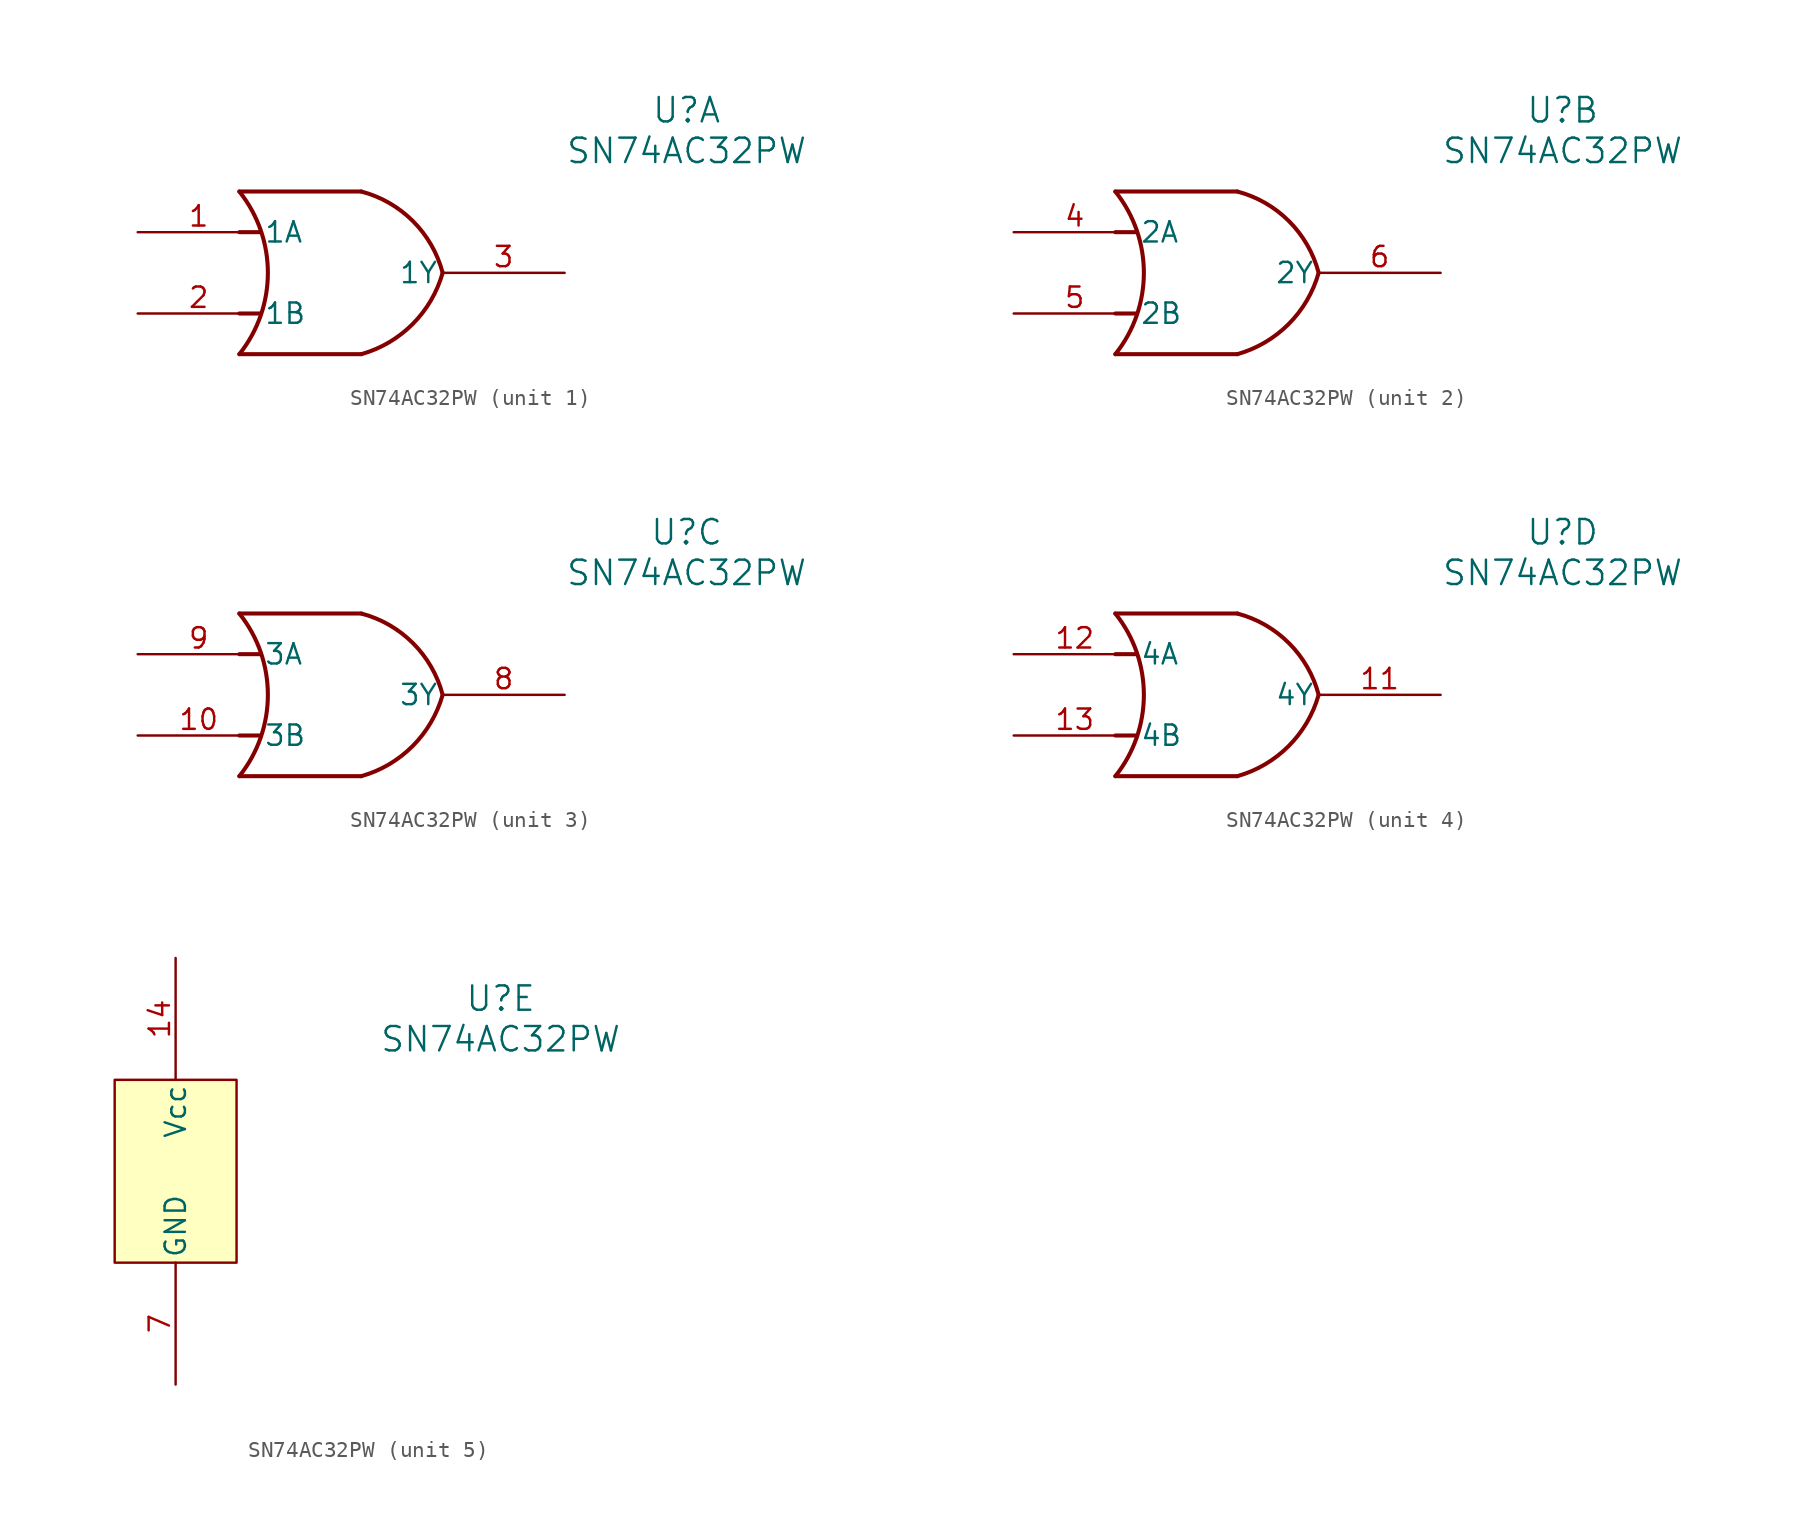
<source format=kicad_sym>
(kicad_symbol_lib
  (version 20231120)
  (generator "kicad_symbol_editor")
  (generator_version "8.0")
  (symbol "SN74AC32PW"
    (pin_names
      (offset 0.254))
    (property "Reference" "U"
      (at 20.32 10.16 0)
      (effects (font (size 1.524 1.524))))
    (property "Value" "SN74AC32PW"
      (at 20.32 7.62 0)
      (effects (font (size 1.524 1.524))))
    (property "ki_locked" ""
      (at 0 0 0)
      (effects (font (size 1.27 1.27))))
    (symbol "SN74AC32PW_1_1"
      (arc (start -7.6201 -5.08) (mid -5.8381 0) (end -7.6201 5.08) (stroke (width 0.254) (type default)) (fill (type none)))
      (arc (start -0.0001 -5.08) (mid 3.2019 -3.202) (end 5.0799 0) (stroke (width 0.254) (type default)) (fill (type none)))
      (polyline (pts (xy -7.62 -2.54) (xy -6.35 -2.54)) (stroke (width 0.254) (type default)) (fill (type background)))
      (polyline (pts (xy -7.62 2.54) (xy -6.35 2.54)) (stroke (width 0.254) (type default)) (fill (type background)))
      (polyline (pts (xy -0.0001 -5.08) (xy -7.62 -5.08)) (stroke (width 0.254) (type default)) (fill (type background)))
      (polyline (pts (xy -0.0001 5.08) (xy -7.62 5.08)) (stroke (width 0.254) (type default)) (fill (type background)))
      (arc (start 5.0799 0) (mid 3.227 3.2271) (end -0.0001 5.08) (stroke (width 0.254) (type default)) (fill (type none)))
      (pin input line (at -13.97 2.54 0) (length 7.62) (name "1A" (effects (font (size 1.27 1.27)))) (number "1" (effects (font (size 1.27 1.27)))))
      (pin input line (at -13.97 -2.54 0) (length 7.62) (name "1B" (effects (font (size 1.27 1.27)))) (number "2" (effects (font (size 1.27 1.27)))))
      (pin output line (at 12.7 0 180) (length 7.62) (name "1Y" (effects (font (size 1.27 1.27)))) (number "3" (effects (font (size 1.27 1.27))))))
    (symbol "SN74AC32PW_2_1"
      (arc (start -7.6201 -5.08) (mid -5.8381 0) (end -7.6201 5.08) (stroke (width 0.254) (type default)) (fill (type none)))
      (arc (start -0.0001 -5.08) (mid 3.2019 -3.202) (end 5.0799 0) (stroke (width 0.254) (type default)) (fill (type none)))
      (polyline (pts (xy -7.62 -2.54) (xy -6.35 -2.54)) (stroke (width 0.254) (type default)) (fill (type background)))
      (polyline (pts (xy -7.62 2.54) (xy -6.35 2.54)) (stroke (width 0.254) (type default)) (fill (type background)))
      (polyline (pts (xy -0.0001 -5.08) (xy -7.62 -5.08)) (stroke (width 0.254) (type default)) (fill (type background)))
      (polyline (pts (xy -0.0001 5.08) (xy -7.62 5.08)) (stroke (width 0.254) (type default)) (fill (type background)))
      (arc (start 5.0799 0) (mid 3.227 3.2271) (end -0.0001 5.08) (stroke (width 0.254) (type default)) (fill (type none)))
      (pin input line (at -13.97 2.54 0) (length 7.62) (name "2A" (effects (font (size 1.27 1.27)))) (number "4" (effects (font (size 1.27 1.27)))))
      (pin input line (at -13.97 -2.54 0) (length 7.62) (name "2B" (effects (font (size 1.27 1.27)))) (number "5" (effects (font (size 1.27 1.27)))))
      (pin output line (at 12.7 0 180) (length 7.62) (name "2Y" (effects (font (size 1.27 1.27)))) (number "6" (effects (font (size 1.27 1.27))))))
    (symbol "SN74AC32PW_3_1"
      (arc (start -7.6201 -5.08) (mid -5.8381 0) (end -7.6201 5.08) (stroke (width 0.254) (type default)) (fill (type none)))
      (arc (start -0.0001 -5.08) (mid 3.2019 -3.202) (end 5.0799 0) (stroke (width 0.254) (type default)) (fill (type none)))
      (polyline (pts (xy -7.62 -2.54) (xy -6.35 -2.54)) (stroke (width 0.254) (type default)) (fill (type background)))
      (polyline (pts (xy -7.62 2.54) (xy -6.35 2.54)) (stroke (width 0.254) (type default)) (fill (type background)))
      (polyline (pts (xy -0.0001 -5.08) (xy -7.62 -5.08)) (stroke (width 0.254) (type default)) (fill (type background)))
      (polyline (pts (xy -0.0001 5.08) (xy -7.62 5.08)) (stroke (width 0.254) (type default)) (fill (type background)))
      (arc (start 5.0799 0) (mid 3.227 3.2271) (end -0.0001 5.08) (stroke (width 0.254) (type default)) (fill (type none)))
      (pin input line (at -13.97 -2.54 0) (length 7.62) (name "3B" (effects (font (size 1.27 1.27)))) (number "10" (effects (font (size 1.27 1.27)))))
      (pin output line (at 12.7 0 180) (length 7.62) (name "3Y" (effects (font (size 1.27 1.27)))) (number "8" (effects (font (size 1.27 1.27)))))
      (pin input line (at -13.97 2.54 0) (length 7.62) (name "3A" (effects (font (size 1.27 1.27)))) (number "9" (effects (font (size 1.27 1.27))))))
    (symbol "SN74AC32PW_4_1"
      (arc (start -7.6201 -5.08) (mid -5.8381 0) (end -7.6201 5.08) (stroke (width 0.254) (type default)) (fill (type none)))
      (arc (start -0.0001 -5.08) (mid 3.2019 -3.202) (end 5.0799 0) (stroke (width 0.254) (type default)) (fill (type none)))
      (polyline (pts (xy -7.62 -2.54) (xy -6.35 -2.54)) (stroke (width 0.254) (type default)) (fill (type background)))
      (polyline (pts (xy -7.62 2.54) (xy -6.35 2.54)) (stroke (width 0.254) (type default)) (fill (type background)))
      (polyline (pts (xy -0.0001 -5.08) (xy -7.62 -5.08)) (stroke (width 0.254) (type default)) (fill (type background)))
      (polyline (pts (xy -0.0001 5.08) (xy -7.62 5.08)) (stroke (width 0.254) (type default)) (fill (type background)))
      (arc (start 5.0799 0) (mid 3.227 3.2271) (end -0.0001 5.08) (stroke (width 0.254) (type default)) (fill (type none)))
      (pin output line (at 12.7 0 180) (length 7.62) (name "4Y" (effects (font (size 1.27 1.27)))) (number "11" (effects (font (size 1.27 1.27)))))
      (pin input line (at -13.97 2.54 0) (length 7.62) (name "4A" (effects (font (size 1.27 1.27)))) (number "12" (effects (font (size 1.27 1.27)))))
      (pin input line (at -13.97 -2.54 0) (length 7.62) (name "4B" (effects (font (size 1.27 1.27)))) (number "13" (effects (font (size 1.27 1.27))))))
    (symbol "SN74AC32PW_5_1"
      (rectangle (start -3.81 5.08) (end 3.81 -6.35) (stroke (width 0) (type default)) (fill (type background)))
      (pin power_in line (at 0 12.7 270) (length 7.62) (name "Vcc" (effects (font (size 1.27 1.27)))) (number "14" (effects (font (size 1.27 1.27)))))
      (pin input line (at 0 -13.97 90) (length 7.62) (name "GND" (effects (font (size 1.27 1.27)))) (number "7" (effects (font (size 1.27 1.27))))))))
</source>
